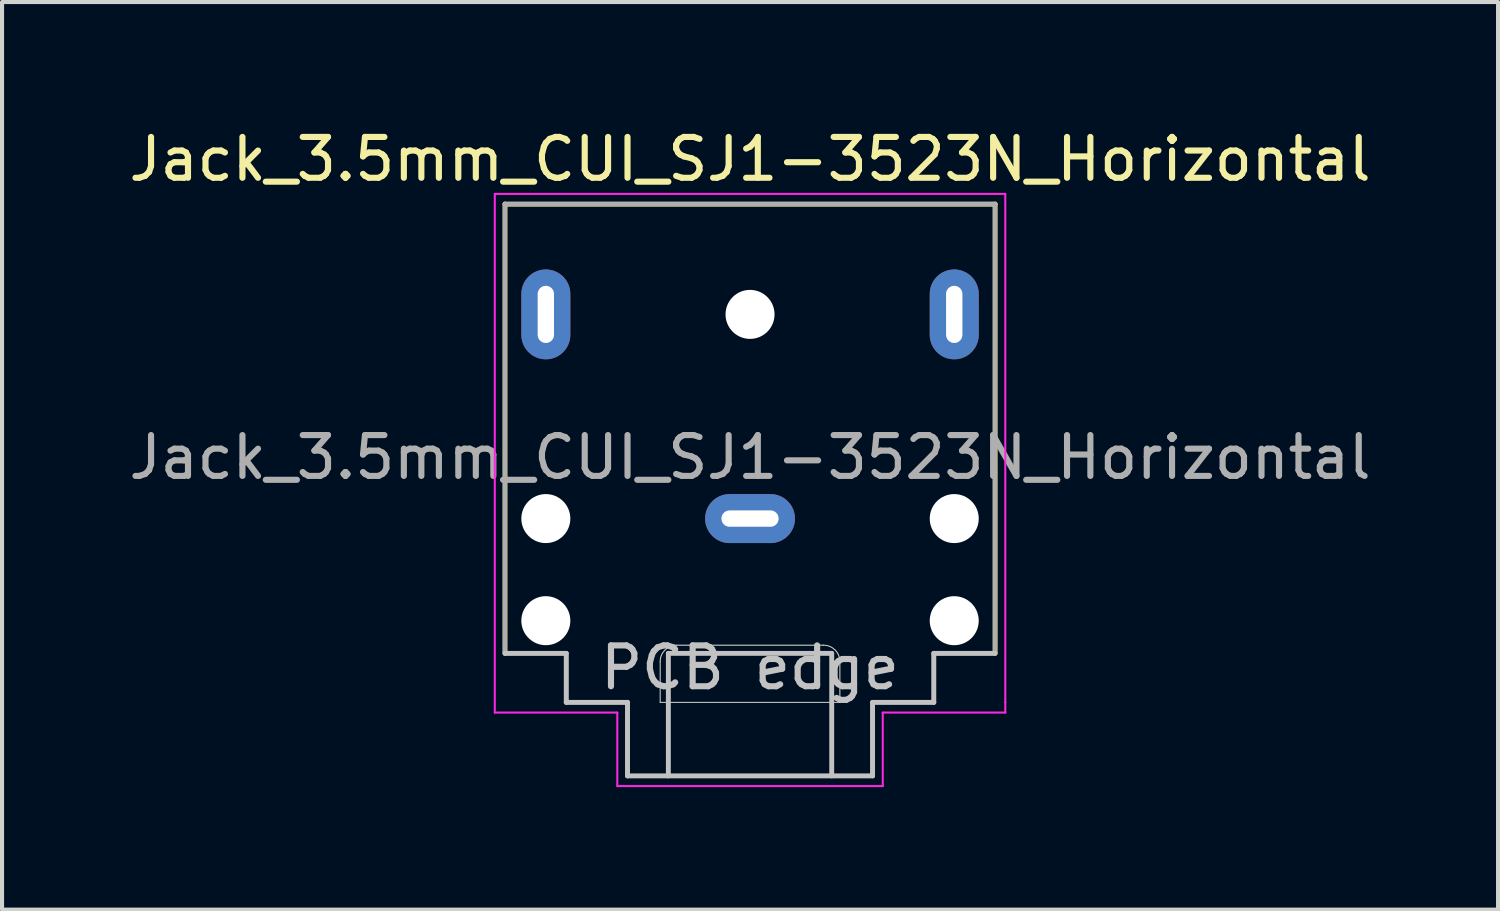
<source format=kicad_pcb>
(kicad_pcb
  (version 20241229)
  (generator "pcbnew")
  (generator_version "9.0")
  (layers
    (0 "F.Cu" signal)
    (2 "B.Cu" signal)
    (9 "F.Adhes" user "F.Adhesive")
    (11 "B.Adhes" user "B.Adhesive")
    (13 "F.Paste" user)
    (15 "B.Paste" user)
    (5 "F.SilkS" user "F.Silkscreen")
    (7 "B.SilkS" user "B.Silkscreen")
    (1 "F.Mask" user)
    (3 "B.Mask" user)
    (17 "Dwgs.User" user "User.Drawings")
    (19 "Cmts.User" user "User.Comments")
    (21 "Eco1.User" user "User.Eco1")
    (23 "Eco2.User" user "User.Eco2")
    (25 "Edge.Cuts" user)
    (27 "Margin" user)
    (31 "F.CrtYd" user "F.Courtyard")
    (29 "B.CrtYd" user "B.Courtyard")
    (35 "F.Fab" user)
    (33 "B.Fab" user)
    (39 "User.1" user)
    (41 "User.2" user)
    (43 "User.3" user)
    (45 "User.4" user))
  (footprint "Jack_3.5mm_CUI_SJ1-3523N_Horizontal"
    (layer "F.Cu")
    (at 15.315 9.648)
    (property "Reference" "Jack_3.5mm_CUI_SJ1-3523N_Horizontal" (at 0 -8.8 0) (layer "F.SilkS") (effects (font (size 1 1) (thickness 0.15))))
    (attr through_hole exclude_from_pos_files exclude_from_bom)
    (fp_line (start -6 -7.7) (end 6 -7.7) (stroke (width 0.12) (type solid)) (layer "F.SilkS"))
    (fp_line (start -6 3.3) (end -6 -7.7) (stroke (width 0.12) (type solid)) (layer "F.SilkS"))
    (fp_line (start 6 -7.7) (end 6 3.3) (stroke (width 0.12) (type solid)) (layer "F.SilkS"))
    (fp_line (start -4.5 3.3) (end -6 3.3) (stroke (width 0.12) (type solid)) (layer "Dwgs.User"))
    (fp_line (start -4.5 4.5) (end -4.5 3.3) (stroke (width 0.12) (type solid)) (layer "Dwgs.User"))
    (fp_line (start -3 4.5) (end -4.5 4.5) (stroke (width 0.12) (type solid)) (layer "Dwgs.User"))
    (fp_line (start -3 6.3) (end -3 4.5) (stroke (width 0.12) (type solid)) (layer "Dwgs.User"))
    (fp_line (start -2 3.3) (end -2 6.3) (stroke (width 0.12) (type solid)) (layer "Dwgs.User"))
    (fp_line (start 2 3.3) (end -2 3.3) (stroke (width 0.12) (type solid)) (layer "Dwgs.User"))
    (fp_line (start 2 6.3) (end 2 3.3) (stroke (width 0.12) (type solid)) (layer "Dwgs.User"))
    (fp_line (start 3 4.5) (end 3 6.3) (stroke (width 0.12) (type solid)) (layer "Dwgs.User"))
    (fp_line (start 3 6.3) (end -3 6.3) (stroke (width 0.12) (type solid)) (layer "Dwgs.User"))
    (fp_line (start 4.5 3.3) (end 4.5 4.5) (stroke (width 0.12) (type solid)) (layer "Dwgs.User"))
    (fp_line (start 4.5 4.5) (end 3 4.5) (stroke (width 0.12) (type solid)) (layer "Dwgs.User"))
    (fp_line (start 6 3.3) (end 4.5 3.3) (stroke (width 0.12) (type solid)) (layer "Dwgs.User"))
    (fp_line (start -2.2 3.5) (end -2.2 4.5) (stroke (width 0.025) (type solid)) (layer "Edge.Cuts"))
    (fp_line (start 1.8 3.1) (end -1.8 3.1) (stroke (width 0.025) (type solid)) (layer "Edge.Cuts"))
    (fp_line (start 2.2 3.5) (end 2.2 4.5) (stroke (width 0.025) (type solid)) (layer "Edge.Cuts"))
    (fp_line (start 2.2 4.5) (end -2.2 4.5) (stroke (width 0.025) (type solid)) (layer "Edge.Cuts"))
    (fp_arc (start -2.2 3.5) (mid -2.082843 3.217158) (end -1.8 3.1) (stroke (width 0.0254) (type solid)) (layer "Edge.Cuts"))
    (fp_arc (start 1.8 3.1) (mid 2.082843 3.217157) (end 2.2 3.5) (stroke (width 0.0254) (type solid)) (layer "Edge.Cuts"))
    (fp_line (start -6.25 -7.95) (end -6.25 4.75) (stroke (width 0.05) (type solid)) (layer "F.CrtYd"))
    (fp_line (start -6.25 4.75) (end -3.25 4.75) (stroke (width 0.05) (type solid)) (layer "F.CrtYd"))
    (fp_line (start -3.25 4.75) (end -3.25 6.55) (stroke (width 0.05) (type solid)) (layer "F.CrtYd"))
    (fp_line (start -3.25 6.55) (end 3.25 6.55) (stroke (width 0.05) (type solid)) (layer "F.CrtYd"))
    (fp_line (start 3.25 4.75) (end 6.25 4.75) (stroke (width 0.05) (type solid)) (layer "F.CrtYd"))
    (fp_line (start 3.25 6.55) (end 3.25 4.75) (stroke (width 0.05) (type solid)) (layer "F.CrtYd"))
    (fp_line (start 6.25 -7.95) (end -6.25 -7.95) (stroke (width 0.05) (type solid)) (layer "F.CrtYd"))
    (fp_line (start 6.25 4.5) (end 6.25 -7.95) (stroke (width 0.05) (type solid)) (layer "F.CrtYd"))
    (fp_line (start 6.25 4.75) (end 6.25 4.5) (stroke (width 0.05) (type solid)) (layer "F.CrtYd"))
    (fp_line (start -6 -7.7) (end 6 -7.7) (stroke (width 0.1) (type solid)) (layer "F.Fab"))
    (fp_line (start -6 3.3) (end -6 -7.7) (stroke (width 0.1) (type solid)) (layer "F.Fab"))
    (fp_line (start -4.5 3.3) (end -6 3.3) (stroke (width 0.1) (type solid)) (layer "F.Fab"))
    (fp_line (start -4.5 4.5) (end -4.5 3.3) (stroke (width 0.1) (type solid)) (layer "F.Fab"))
    (fp_line (start -4.5 4.5) (end -3 4.5) (stroke (width 0.1) (type solid)) (layer "F.Fab"))
    (fp_line (start -3 4.5) (end -3 6.3) (stroke (width 0.1) (type solid)) (layer "F.Fab"))
    (fp_line (start -3 6.3) (end 3 6.3) (stroke (width 0.1) (type solid)) (layer "F.Fab"))
    (fp_line (start 3 4.5) (end 3 6.3) (stroke (width 0.1) (type solid)) (layer "F.Fab"))
    (fp_line (start 4.5 3.3) (end 6 3.3) (stroke (width 0.1) (type solid)) (layer "F.Fab"))
    (fp_line (start 4.5 4.5) (end 3 4.5) (stroke (width 0.1) (type solid)) (layer "F.Fab"))
    (fp_line (start 4.5 4.5) (end 4.5 3.3) (stroke (width 0.1) (type solid)) (layer "F.Fab"))
    (fp_line (start 6 3.3) (end 6 -7.7) (stroke (width 0.1) (type solid)) (layer "F.Fab"))
    (fp_text user "PCB edge" (at 0 3.65 0) (unlocked yes) (layer "Dwgs.User") (effects (font (size 1 1) (thickness 0.15))))
    (fp_text user "${REFERENCE}" (at 0 -1.5 0) (layer "F.Fab") (effects (font (size 1 1) (thickness 0.15))))
    (pad "" np_thru_hole circle (at -5 0) (size 1.2 1.2) (drill 1.2) (layers "*.Cu" "*.Mask"))
    (pad "" np_thru_hole circle (at -5 2.5) (size 1.2 1.2) (drill 1.2) (layers "*.Cu" "*.Mask"))
    (pad "" np_thru_hole circle (at 0 -5) (size 1.2 1.2) (drill 1.2) (layers "*.Cu" "*.Mask"))
    (pad "" np_thru_hole circle (at 5 0) (size 1.2 1.2) (drill 1.2) (layers "*.Cu" "*.Mask"))
    (pad "" np_thru_hole circle (at 5 2.5) (size 1.2 1.2) (drill 1.2) (layers "*.Cu" "*.Mask"))
    (pad "R" thru_hole oval (at -5 -5) (size 1.2 2.2) (drill oval 0.4 1.4) (layers "*.Cu" "*.Mask"))
    (pad "S" thru_hole oval (at 0 0) (size 2.2 1.2) (drill oval 1.4 0.4) (layers "*.Cu" "*.Mask"))
    (pad "T" thru_hole oval (at 5 -5 180) (size 1.2 2.2) (drill oval 0.4 1.4) (layers "*.Cu" "*.Mask")))
  (gr_rect
    (start -3 -3)
    (end 33.631 19.223)
    (stroke (width 0.1) (type default))
    (fill no)
    (layer "Edge.Cuts")))
</source>
